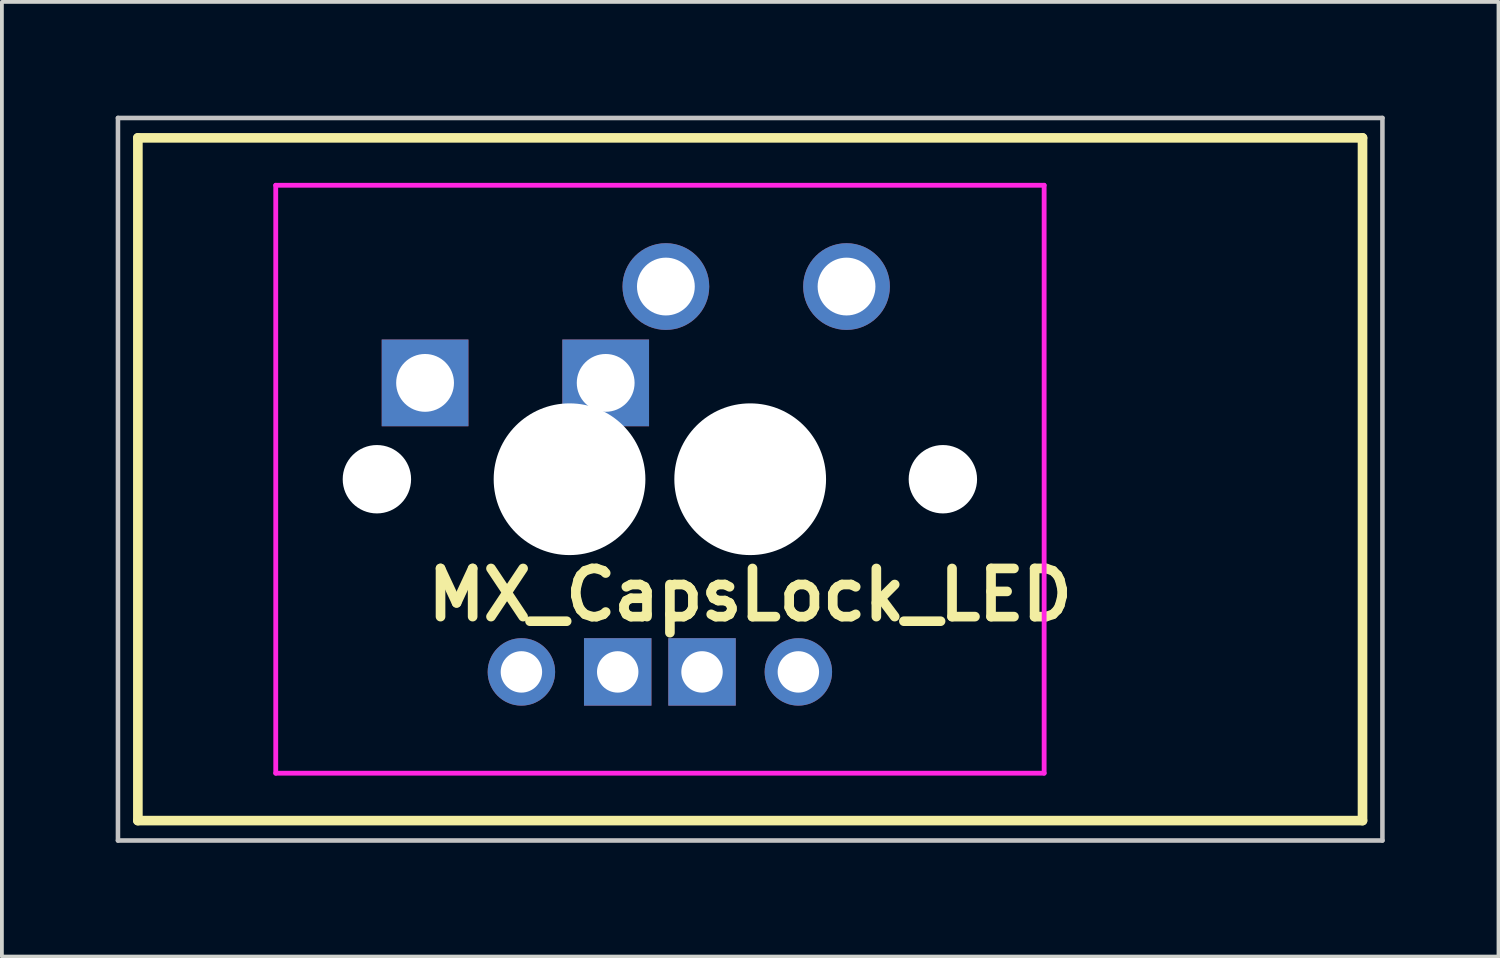
<source format=kicad_pcb>
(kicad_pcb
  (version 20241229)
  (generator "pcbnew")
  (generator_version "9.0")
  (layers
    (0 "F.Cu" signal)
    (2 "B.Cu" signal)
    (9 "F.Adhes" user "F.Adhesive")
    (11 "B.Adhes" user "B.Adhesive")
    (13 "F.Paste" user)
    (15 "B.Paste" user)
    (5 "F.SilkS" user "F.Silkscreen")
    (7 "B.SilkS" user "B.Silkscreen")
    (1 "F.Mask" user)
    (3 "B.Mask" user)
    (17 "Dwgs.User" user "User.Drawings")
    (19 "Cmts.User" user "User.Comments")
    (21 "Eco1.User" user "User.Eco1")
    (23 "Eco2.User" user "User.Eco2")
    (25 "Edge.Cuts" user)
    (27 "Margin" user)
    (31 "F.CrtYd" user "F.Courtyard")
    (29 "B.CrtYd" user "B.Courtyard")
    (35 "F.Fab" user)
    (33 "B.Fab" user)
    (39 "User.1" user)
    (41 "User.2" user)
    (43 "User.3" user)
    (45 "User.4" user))
  (footprint "MX_CapsLock_LED"
    (layer "F.Cu")
    (at 16.729 9.585)
    (property "Reference" "MX_CapsLock_LED" (at 0 3.048 180) (layer "F.SilkS") (effects (font (size 1.27 1.27) (thickness 0.254))))
    (attr through_hole)
    (fp_line (start -16.144 -9) (end 16.144 -9) (stroke (width 0.254) (type solid)) (layer "F.SilkS"))
    (fp_line (start -16.144 9) (end -16.144 -9) (stroke (width 0.254) (type solid)) (layer "F.SilkS"))
    (fp_line (start 16.144 -9) (end 16.144 9) (stroke (width 0.254) (type solid)) (layer "F.SilkS"))
    (fp_line (start 16.144 9) (end -16.144 9) (stroke (width 0.254) (type solid)) (layer "F.SilkS"))
    (fp_line (start -16.669 -9.525) (end -16.669 9.525) (stroke (width 0.12) (type solid)) (layer "Dwgs.User"))
    (fp_line (start -16.669 -9.525) (end 16.669 -9.525) (stroke (width 0.12) (type solid)) (layer "Dwgs.User"))
    (fp_line (start -16.669 9.525) (end 16.669 9.525) (stroke (width 0.12) (type solid)) (layer "Dwgs.User"))
    (fp_line (start 16.669 -9.525) (end 16.669 9.525) (stroke (width 0.12) (type solid)) (layer "Dwgs.User"))
    (fp_line (start -11.748 6.746) (end -11.748 -6.746) (stroke (width 0.025) (type solid)) (layer "Eco1.User"))
    (fp_line (start -11.493 -7) (end 6.746 -7) (stroke (width 0.025) (type solid)) (layer "Eco1.User"))
    (fp_line (start 6.746 7) (end -11.493 7) (stroke (width 0.025) (type solid)) (layer "Eco1.User"))
    (fp_line (start 7 -6.746) (end 7 6.746) (stroke (width 0.025) (type solid)) (layer "Eco1.User"))
    (fp_arc (start -11.7475 -6.746) (mid -11.673105 -6.925605) (end -11.4935 -7) (stroke (width 0.0254) (type solid)) (layer "Eco1.User"))
    (fp_arc (start -11.4935 7) (mid -11.673105 6.925605) (end -11.7475 6.746) (stroke (width 0.0254) (type solid)) (layer "Eco1.User"))
    (fp_arc (start 6.746 -7) (mid 6.925605 -6.925605) (end 7 -6.746) (stroke (width 0.0254) (type solid)) (layer "Eco1.User"))
    (fp_arc (start 7 6.746) (mid 6.925605 6.925605) (end 6.746 7) (stroke (width 0.0254) (type solid)) (layer "Eco1.User"))
    (fp_line (start -12.509 -7.75) (end 7.75 -7.75) (stroke (width 0.127) (type solid)) (layer "F.CrtYd"))
    (fp_line (start -12.509 7.75) (end -12.509 -7.75) (stroke (width 0.127) (type solid)) (layer "F.CrtYd"))
    (fp_line (start 7.75 -7.75) (end 7.75 7.75) (stroke (width 0.127) (type solid)) (layer "F.CrtYd"))
    (fp_line (start 7.75 7.75) (end -12.509 7.75) (stroke (width 0.127) (type solid)) (layer "F.CrtYd"))
    (pad "" np_thru_hole circle (at -9.842 0 180) (size 1.803 1.803) (drill 1.803) (layers "*.Cu" "*.Mask"))
    (pad "" np_thru_hole circle (at -4.763 0 180) (size 4 4) (drill 4) (layers "*.Cu" "*.Mask"))
    (pad "" np_thru_hole circle (at 0 0 180) (size 4 4) (drill 4) (layers "*.Cu" "*.Mask"))
    (pad "" np_thru_hole circle (at 5.08 0 180) (size 1.803 1.803) (drill 1.803) (layers "*.Cu" "*.Mask"))
    (pad "1" thru_hole rect (at -8.572 -2.54 180) (size 2.286 2.286) (drill 1.524) (layers "*.Cu" "*.Mask"))
    (pad "1" thru_hole rect (at -3.81 -2.54 180) (size 2.286 2.286) (drill 1.524) (layers "*.Cu" "*.Mask"))
    (pad "2" thru_hole circle (at -2.223 -5.08 41.9) (size 2.286 2.286) (drill 1.524) (layers "*.Cu" "*.Mask"))
    (pad "2" thru_hole circle (at 2.54 -5.08) (size 2.286 2.286) (drill 1.524) (layers "*.Cu" "*.Mask"))
    (pad "3" thru_hole rect (at -3.493 5.08) (size 1.778 1.778) (drill 1.092) (layers "*.Cu" "*.Mask"))
    (pad "3" thru_hole rect (at -1.27 5.08) (size 1.778 1.778) (drill 1.092) (layers "*.Cu" "*.Mask"))
    (pad "4" thru_hole circle (at -6.032 5.08) (size 1.778 1.778) (drill 1.092) (layers "*.Cu" "*.Mask"))
    (pad "4" thru_hole circle (at 1.27 5.08) (size 1.778 1.778) (drill 1.092) (layers "*.Cu" "*.Mask")))
  (gr_rect
    (start -3 -3)
    (end 36.458 22.17)
    (stroke (width 0.1) (type default))
    (fill no)
    (layer "Edge.Cuts")))
</source>
